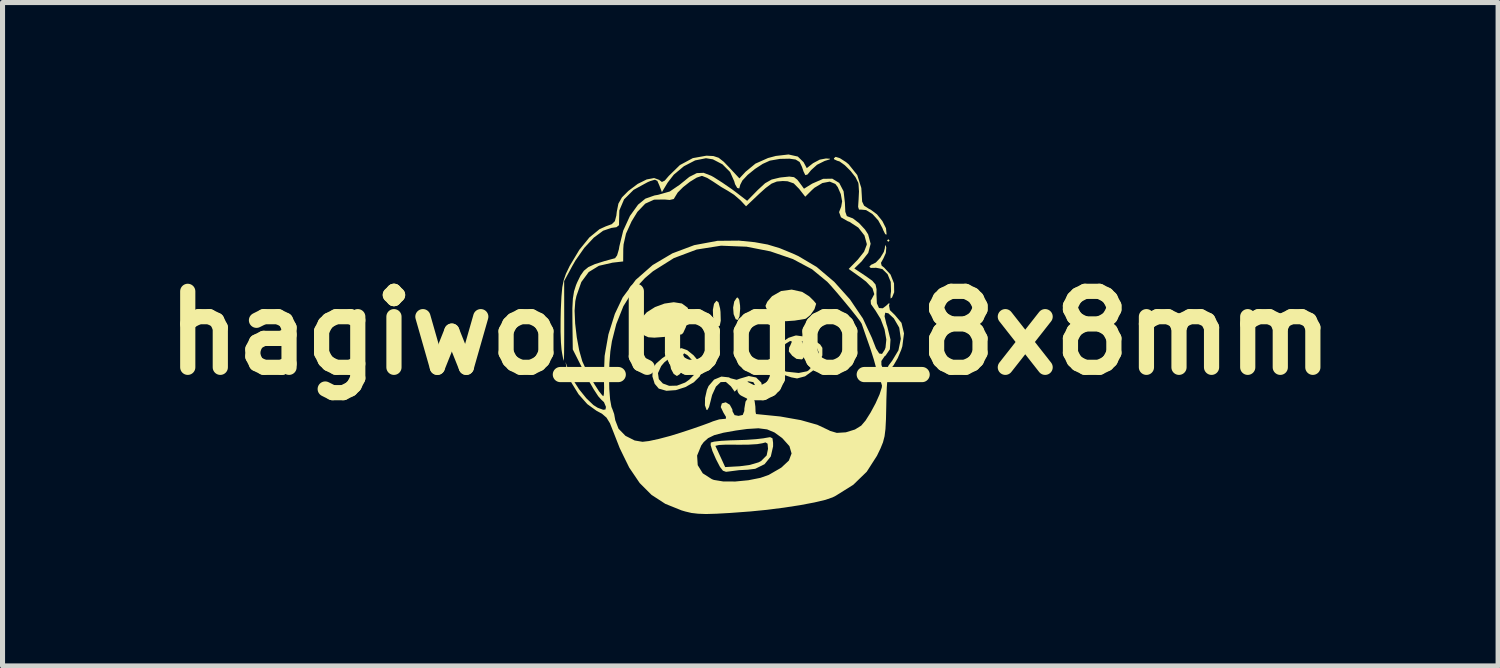
<source format=kicad_pcb>
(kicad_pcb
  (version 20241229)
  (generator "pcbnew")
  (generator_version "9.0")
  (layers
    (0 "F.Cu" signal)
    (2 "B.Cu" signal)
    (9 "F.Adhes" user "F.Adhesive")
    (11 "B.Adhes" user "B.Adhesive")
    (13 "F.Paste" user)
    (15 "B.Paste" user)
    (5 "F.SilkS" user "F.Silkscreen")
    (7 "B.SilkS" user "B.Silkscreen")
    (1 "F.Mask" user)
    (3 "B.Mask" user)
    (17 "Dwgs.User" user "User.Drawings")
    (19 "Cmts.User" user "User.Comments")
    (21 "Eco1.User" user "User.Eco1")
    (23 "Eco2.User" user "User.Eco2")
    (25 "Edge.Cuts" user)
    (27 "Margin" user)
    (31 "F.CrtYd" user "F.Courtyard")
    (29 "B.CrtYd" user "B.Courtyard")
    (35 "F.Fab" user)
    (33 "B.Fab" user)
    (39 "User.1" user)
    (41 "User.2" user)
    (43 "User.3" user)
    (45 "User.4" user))
  (footprint "hagiwo_logo_8x8mm"
    (layer "F.Cu")
    (at 11.764 3.524)
    (property "Reference" "hagiwo_logo_8x8mm" (at 0 0 0) (layer "F.SilkS") (effects (font (size 1.5 1.5) (thickness 0.3))))
    (attr board_only exclude_from_pos_files exclude_from_bom)
    (fp_poly (pts (xy 2.75 -1.825) (xy 2.725 -1.8) (xy 2.7 -1.825) (xy 2.725 -1.85)) (stroke (width 0) (type solid)) (fill yes) (layer "F.SilkS"))
    (fp_poly (pts (xy -0.627 -0.603) (xy -0.596 -0.482) (xy -0.588 -0.415) (xy -0.583 -0.241) (xy -0.603 -0.142) (xy -0.644 -0.127) (xy -0.698 -0.197) (xy -0.734 -0.317) (xy -0.739 -0.456) (xy -0.716 -0.576) (xy -0.668 -0.636)) (stroke (width 0) (type solid)) (fill yes) (layer "F.SilkS"))
    (fp_poly (pts (xy -0.219 -0.655) (xy -0.202 -0.542) (xy -0.2 -0.475) (xy -0.213 -0.329) (xy -0.246 -0.258) (xy -0.288 -0.27) (xy -0.329 -0.371) (xy -0.339 -0.501) (xy -0.317 -0.621) (xy -0.269 -0.693) (xy -0.247 -0.7)) (stroke (width 0) (type solid)) (fill yes) (layer "F.SilkS"))
    (fp_poly (pts (xy 1.024 -0.811) (xy 1.163 -0.723) (xy 1.252 -0.636) (xy 1.298 -0.58) (xy 1.3 -0.575) (xy 1.267 -0.469) (xy 1.189 -0.357) (xy 1.1 -0.284) (xy 1.079 -0.277) (xy 0.877 -0.244) (xy 0.703 -0.232) (xy 0.595 -0.241) (xy 0.492 -0.299) (xy 0.387 -0.393) (xy 0.314 -0.491) (xy 0.3 -0.536) (xy 0.334 -0.614) (xy 0.418 -0.713) (xy 0.432 -0.727) (xy 0.609 -0.828) (xy 0.818 -0.856)) (stroke (width 0) (type solid)) (fill yes) (layer "F.SilkS"))
    (fp_poly (pts (xy -1.351 -0.582) (xy -1.238 -0.499) (xy -1.233 -0.491) (xy -1.218 -0.399) (xy -1.235 -0.259) (xy -1.273 -0.113) (xy -1.324 -0.003) (xy -1.35 0.025) (xy -1.414 0.04) (xy -1.547 0.06) (xy -1.707 0.079) (xy -1.894 0.093) (xy -2.012 0.085) (xy -2.087 0.052) (xy -2.115 0.027) (xy -2.183 -0.073) (xy -2.2 -0.141) (xy -2.156 -0.284) (xy -2.042 -0.41) (xy -1.88 -0.512) (xy -1.695 -0.58) (xy -1.511 -0.607)) (stroke (width 0) (type solid)) (fill yes) (layer "F.SilkS"))
    (fp_poly (pts (xy 2.678 -1.709) (xy 2.685 -1.685) (xy 2.676 -1.579) (xy 2.63 -1.475) (xy 2.58 -1.384) (xy 2.593 -1.33) (xy 2.643 -1.29) (xy 2.769 -1.153) (xy 2.838 -0.979) (xy 2.841 -0.804) (xy 2.799 -0.7) (xy 2.77 -0.68) (xy 2.769 -0.747) (xy 2.779 -0.825) (xy 2.773 -1.007) (xy 2.711 -1.16) (xy 2.608 -1.261) (xy 2.479 -1.288) (xy 2.468 -1.286) (xy 2.378 -1.284) (xy 2.35 -1.307) (xy 2.388 -1.349) (xy 2.398 -1.35) (xy 2.478 -1.39) (xy 2.567 -1.485) (xy 2.636 -1.599) (xy 2.656 -1.672) (xy 2.663 -1.739)) (stroke (width 0) (type solid)) (fill yes) (layer "F.SilkS"))
    (fp_poly (pts (xy 0.116 0.88) (xy 0.217 0.98) (xy 0.25 1.126) (xy 0.227 1.187) (xy 0.176 1.179) (xy 0.126 1.116) (xy 0.109 1.059) (xy 0.06 0.971) (xy -0.036 0.955) (xy -0.155 1.012) (xy -0.205 1.055) (xy -0.309 1.159) (xy -0.382 1.055) (xy -0.482 0.967) (xy -0.584 0.97) (xy -0.678 1.059) (xy -0.754 1.225) (xy -0.783 1.342) (xy -0.815 1.463) (xy -0.849 1.522) (xy -0.863 1.521) (xy -0.896 1.428) (xy -0.893 1.284) (xy -0.857 1.125) (xy -0.824 1.048) (xy -0.715 0.921) (xy -0.57 0.861) (xy -0.422 0.877) (xy -0.391 0.894) (xy -0.27 0.925) (xy -0.202 0.901) (xy -0.03 0.85)) (stroke (width 0) (type solid)) (fill yes) (layer "F.SilkS"))
    (fp_poly (pts (xy 1.77 -3.45) (xy 1.885 -3.377) (xy 1.942 -3.33) (xy 2.112 -3.118) (xy 2.192 -2.862) (xy 2.2 -2.737) (xy 2.208 -2.595) (xy 2.247 -2.513) (xy 2.341 -2.452) (xy 2.378 -2.434) (xy 2.501 -2.342) (xy 2.608 -2.209) (xy 2.679 -2.068) (xy 2.691 -1.95) (xy 2.689 -1.942) (xy 2.664 -1.951) (xy 2.623 -2.033) (xy 2.609 -2.07) (xy 2.526 -2.223) (xy 2.41 -2.35) (xy 2.286 -2.426) (xy 2.196 -2.435) (xy 2.146 -2.436) (xy 2.129 -2.49) (xy 2.137 -2.619) (xy 2.138 -2.629) (xy 2.146 -2.794) (xy 2.137 -2.938) (xy 2.132 -2.965) (xy 2.078 -3.074) (xy 1.98 -3.199) (xy 1.865 -3.313) (xy 1.761 -3.387) (xy 1.716 -3.4) (xy 1.655 -3.429) (xy 1.65 -3.448) (xy 1.684 -3.477)) (stroke (width 0) (type solid)) (fill yes) (layer "F.SilkS"))
    (fp_poly (pts (xy -1.246 0.34) (xy -1.122 0.439) (xy -1.015 0.566) (xy -0.954 0.69) (xy -0.95 0.725) (xy -0.996 0.856) (xy -1.115 0.974) (xy -1.282 1.069) (xy -1.471 1.129) (xy -1.656 1.142) (xy -1.807 1.099) (xy -1.888 1.003) (xy -1.933 0.857) (xy -1.93 0.794) (xy -1.823 0.794) (xy -1.806 0.912) (xy -1.726 0.998) (xy -1.601 1.044) (xy -1.448 1.04) (xy -1.286 0.979) (xy -1.204 0.921) (xy -1.089 0.806) (xy -1.058 0.707) (xy -1.108 0.594) (xy -1.154 0.532) (xy -1.243 0.437) (xy -1.306 0.402) (xy -1.326 0.429) (xy -1.298 0.503) (xy -1.271 0.607) (xy -1.316 0.718) (xy -1.323 0.728) (xy -1.395 0.816) (xy -1.449 0.85) (xy -1.513 0.808) (xy -1.565 0.711) (xy -1.586 0.606) (xy -1.579 0.567) (xy -1.575 0.511) (xy -1.621 0.519) (xy -1.696 0.579) (xy -1.759 0.653) (xy -1.823 0.794) (xy -1.93 0.794) (xy -1.927 0.708) (xy -1.924 0.696) (xy -1.86 0.605) (xy -1.737 0.497) (xy -1.588 0.396) (xy -1.447 0.322) (xy -1.357 0.3)) (stroke (width 0) (type solid)) (fill yes) (layer "F.SilkS"))
    (fp_poly (pts (xy 0.438 2.08) (xy 0.45 2.168) (xy 0.45 2.24) (xy 0.405 2.438) (xy 0.282 2.591) (xy 0.098 2.682) (xy -0.048 2.7) (xy -0.222 2.709) (xy -0.385 2.73) (xy -0.391 2.731) (xy -0.479 2.742) (xy -0.54 2.72) (xy -0.598 2.645) (xy -0.673 2.501) (xy -0.682 2.482) (xy -0.748 2.331) (xy -0.777 2.234) (xy -0.688 2.234) (xy -0.655 2.302) (xy -0.6 2.422) (xy -0.581 2.462) (xy -0.496 2.648) (xy -0.208 2.632) (xy -0.007 2.605) (xy 0.162 2.555) (xy 0.215 2.527) (xy 0.323 2.418) (xy 0.35 2.288) (xy 0.341 2.186) (xy 0.3 2.161) (xy 0.237 2.178) (xy 0.136 2.195) (xy -0.033 2.205) (xy -0.238 2.207) (xy -0.293 2.206) (xy -0.479 2.205) (xy -0.617 2.212) (xy -0.685 2.227) (xy -0.688 2.234) (xy -0.777 2.234) (xy -0.783 2.215) (xy -0.78 2.164) (xy -0.715 2.146) (xy -0.576 2.13) (xy -0.388 2.12) (xy -0.308 2.118) (xy -0.087 2.111) (xy 0.114 2.097) (xy 0.261 2.08) (xy 0.287 2.075) (xy 0.391 2.057)) (stroke (width 0) (type solid)) (fill yes) (layer "F.SilkS"))
    (fp_poly (pts (xy 1.089 0.075) (xy 1.256 0.14) (xy 1.38 0.228) (xy 1.423 0.294) (xy 1.423 0.443) (xy 1.351 0.603) (xy 1.23 0.749) (xy 1.081 0.856) (xy 0.925 0.898) (xy 0.917 0.897) (xy 0.812 0.877) (xy 0.67 0.83) (xy 0.637 0.817) (xy 0.516 0.753) (xy 0.456 0.669) (xy 0.441 0.535) (xy 0.443 0.489) (xy 0.534 0.489) (xy 0.548 0.626) (xy 0.624 0.728) (xy 0.71 0.764) (xy 0.955 0.79) (xy 1.121 0.757) (xy 1.154 0.736) (xy 1.256 0.622) (xy 1.33 0.477) (xy 1.35 0.382) (xy 1.307 0.27) (xy 1.202 0.182) (xy 1.086 0.15) (xy 1.016 0.161) (xy 1.034 0.203) (xy 1.04 0.21) (xy 1.093 0.314) (xy 1.089 0.43) (xy 1.033 0.513) (xy 1.016 0.522) (xy 0.913 0.512) (xy 0.829 0.451) (xy 0.761 0.365) (xy 0.767 0.289) (xy 0.789 0.249) (xy 0.822 0.17) (xy 0.787 0.158) (xy 0.696 0.214) (xy 0.583 0.343) (xy 0.534 0.489) (xy 0.443 0.489) (xy 0.447 0.425) (xy 0.498 0.31) (xy 0.611 0.192) (xy 0.754 0.096) (xy 0.893 0.051) (xy 0.912 0.05)) (stroke (width 0) (type solid)) (fill yes) (layer "F.SilkS"))
    (fp_poly (pts (xy 0.938 -3.483) (xy 1.052 -3.372) (xy 1.052 -3.372) (xy 1.115 -3.254) (xy 1.239 -3.352) (xy 1.371 -3.422) (xy 1.494 -3.445) (xy 1.574 -3.44) (xy 1.568 -3.427) (xy 1.471 -3.397) (xy 1.466 -3.395) (xy 1.318 -3.321) (xy 1.202 -3.217) (xy 1.13 -3.129) (xy 1.087 -3.116) (xy 1.052 -3.186) (xy 1.022 -3.275) (xy 0.974 -3.376) (xy 0.895 -3.424) (xy 0.774 -3.441) (xy 0.585 -3.437) (xy 0.396 -3.404) (xy 0.384 -3.401) (xy 0.245 -3.338) (xy 0.092 -3.238) (xy -0.051 -3.122) (xy -0.156 -3.01) (xy -0.2 -2.923) (xy -0.2 -2.919) (xy -0.218 -2.853) (xy -0.258 -2.863) (xy -0.301 -2.938) (xy -0.317 -2.995) (xy -0.399 -3.178) (xy -0.55 -3.33) (xy -0.739 -3.428) (xy -0.875 -3.45) (xy -1.089 -3.407) (xy -1.311 -3.292) (xy -1.51 -3.126) (xy -1.632 -2.968) (xy -1.745 -2.781) (xy -1.797 -2.916) (xy -1.835 -3.002) (xy -1.883 -3.026) (xy -1.975 -2.999) (xy -2.027 -2.977) (xy -2.305 -2.825) (xy -2.492 -2.638) (xy -2.585 -2.42) (xy -2.591 -2.219) (xy -2.592 -2.128) (xy -2.643 -2.088) (xy -2.743 -2.074) (xy -2.907 -2.018) (xy -3.09 -1.882) (xy -3.277 -1.681) (xy -3.452 -1.431) (xy -3.51 -1.33) (xy -3.675 -1.025) (xy -3.674 -0.237) (xy -3.674 0.03) (xy -3.675 0.259) (xy -3.677 0.432) (xy -3.681 0.532) (xy -3.683 0.55) (xy -3.696 0.506) (xy -3.717 0.394) (xy -3.727 0.327) (xy -3.739 0.183) (xy -3.746 -0.028) (xy -3.745 -0.276) (xy -3.741 -0.461) (xy -3.729 -0.717) (xy -3.712 -0.902) (xy -3.684 -1.043) (xy -3.64 -1.169) (xy -3.573 -1.309) (xy -3.565 -1.325) (xy -3.376 -1.641) (xy -3.177 -1.886) (xy -2.977 -2.049) (xy -2.853 -2.105) (xy -2.735 -2.148) (xy -2.674 -2.207) (xy -2.645 -2.317) (xy -2.636 -2.394) (xy -2.604 -2.554) (xy -2.534 -2.677) (xy -2.409 -2.803) (xy -2.223 -2.943) (xy -2.046 -3.031) (xy -1.898 -3.059) (xy -1.798 -3.022) (xy -1.793 -3.017) (xy -1.745 -2.981) (xy -1.689 -3.008) (xy -1.61 -3.1) (xy -1.39 -3.315) (xy -1.135 -3.452) (xy -0.867 -3.5) (xy -0.728 -3.493) (xy -0.625 -3.459) (xy -0.524 -3.38) (xy -0.424 -3.276) (xy -0.215 -3.052) (xy -0.095 -3.181) (xy 0.101 -3.343) (xy 0.35 -3.454) (xy 0.504 -3.495) (xy 0.755 -3.524)) (stroke (width 0) (type solid)) (fill yes) (layer "F.SilkS"))
    (fp_poly (pts (xy -0.772 -3.104) (xy -0.723 -3.077) (xy -0.552 -2.968) (xy -0.363 -2.838) (xy -0.285 -2.78) (xy -0.062 -2.609) (xy 0.149 -2.824) (xy 0.292 -2.956) (xy 0.421 -3.029) (xy 0.579 -3.067) (xy 0.616 -3.072) (xy 0.771 -3.088) (xy 0.863 -3.076) (xy 0.927 -3.027) (xy 0.966 -2.977) (xy 1.06 -2.848) (xy 1.223 -2.949) (xy 1.438 -3.043) (xy 1.619 -3.046) (xy 1.756 -2.962) (xy 1.842 -2.797) (xy 1.868 -2.572) (xy 1.876 -2.392) (xy 1.906 -2.308) (xy 1.925 -2.3) (xy 2.026 -2.262) (xy 2.149 -2.167) (xy 2.265 -2.042) (xy 2.327 -1.946) (xy 2.376 -1.761) (xy 2.329 -1.581) (xy 2.197 -1.412) (xy 2.054 -1.273) (xy 2.278 -1.124) (xy 2.409 -1.031) (xy 2.473 -0.956) (xy 2.493 -0.863) (xy 2.491 -0.763) (xy 2.499 -0.585) (xy 2.541 -0.492) (xy 2.615 -0.487) (xy 2.678 -0.534) (xy 2.74 -0.59) (xy 2.749 -0.573) (xy 2.739 -0.544) (xy 2.756 -0.451) (xy 2.852 -0.357) (xy 2.985 -0.2) (xy 3.035 0.009) (xy 3.002 0.263) (xy 2.98 0.333) (xy 2.911 0.497) (xy 2.83 0.637) (xy 2.798 0.677) (xy 2.755 0.733) (xy 2.726 0.805) (xy 2.707 0.913) (xy 2.695 1.077) (xy 2.687 1.313) (xy 2.685 1.433) (xy 2.679 1.701) (xy 2.669 1.895) (xy 2.651 2.039) (xy 2.62 2.159) (xy 2.571 2.28) (xy 2.5 2.427) (xy 2.499 2.428) (xy 2.299 2.74) (xy 2.033 2.998) (xy 1.688 3.214) (xy 1.625 3.246) (xy 1.484 3.295) (xy 1.263 3.347) (xy 0.983 3.4) (xy 0.665 3.449) (xy 0.328 3.492) (xy -0.007 3.525) (xy -0.05 3.528) (xy -0.4 3.554) (xy -0.669 3.569) (xy -0.874 3.575) (xy -1.032 3.569) (xy -1.161 3.554) (xy -1.28 3.526) (xy -1.358 3.503) (xy -1.678 3.374) (xy -1.95 3.197) (xy -2.184 2.963) (xy -2.39 2.659) (xy -2.507 2.421) (xy -1.05 2.421) (xy -1.038 2.61) (xy -0.939 2.771) (xy -0.76 2.886) (xy -0.718 2.902) (xy -0.535 2.932) (xy -0.296 2.933) (xy -0.038 2.908) (xy 0.199 2.861) (xy 0.364 2.803) (xy 0.612 2.659) (xy 0.762 2.519) (xy 0.815 2.379) (xy 0.773 2.235) (xy 0.637 2.083) (xy 0.621 2.069) (xy 0.478 1.965) (xy 0.332 1.904) (xy 0.16 1.882) (xy -0.065 1.896) (xy -0.282 1.926) (xy -0.536 1.971) (xy -0.712 2.018) (xy -0.833 2.077) (xy -0.92 2.155) (xy -0.968 2.221) (xy -1.05 2.421) (xy -2.507 2.421) (xy -2.578 2.274) (xy -2.701 1.96) (xy -2.771 1.783) (xy -2.839 1.672) (xy -2.928 1.595) (xy -3.039 1.535) (xy -3.218 1.405) (xy -3.39 1.211) (xy -3.53 0.984) (xy -3.615 0.758) (xy -3.622 0.725) (xy -3.648 0.575) (xy -3.595 0.726) (xy -3.508 0.913) (xy -3.382 1.11) (xy -3.238 1.289) (xy -3.097 1.424) (xy -3.013 1.477) (xy -2.904 1.517) (xy -2.859 1.511) (xy -2.85 1.46) (xy -2.889 1.366) (xy -2.942 1.317) (xy -3.002 1.25) (xy -3.091 1.114) (xy -3.196 0.932) (xy -3.269 0.792) (xy -3.505 0.325) (xy -3.512 -0.225) (xy -3.513 -0.438) (xy -3.469 -0.438) (xy -3.458 -0.187) (xy -3.426 0.086) (xy -3.378 0.345) (xy -3.319 0.553) (xy -3.314 0.567) (xy -3.252 0.701) (xy -3.167 0.859) (xy -3.074 1.017) (xy -2.988 1.15) (xy -2.922 1.233) (xy -2.9 1.249) (xy -2.89 1.204) (xy -2.886 1.082) (xy -2.89 0.908) (xy -2.892 0.86) (xy -2.789 0.86) (xy -2.784 1.105) (xy -2.768 1.314) (xy -2.741 1.461) (xy -2.723 1.503) (xy -2.688 1.6) (xy -2.666 1.723) (xy -2.602 1.89) (xy -2.465 2.031) (xy -2.283 2.123) (xy -2.128 2.149) (xy -2 2.134) (xy -1.806 2.092) (xy -1.575 2.031) (xy -1.378 1.97) (xy -1.15 1.895) (xy -0.952 1.826) (xy -0.806 1.773) (xy -0.738 1.745) (xy -0.613 1.706) (xy -0.55 1.7) (xy -0.483 1.694) (xy -0.48 1.657) (xy -0.531 1.572) (xy -0.583 1.463) (xy -0.562 1.392) (xy -0.56 1.39) (xy -0.484 1.369) (xy -0.405 1.417) (xy -0.355 1.509) (xy -0.35 1.55) (xy -0.31 1.622) (xy -0.233 1.637) (xy -0.149 1.619) (xy -0.119 1.543) (xy -0.117 1.492) (xy -0.094 1.355) (xy -0.037 1.273) (xy 0.039 1.268) (xy 0.046 1.272) (xy 0.085 1.342) (xy 0.1 1.453) (xy 0.104 1.557) (xy 0.113 1.601) (xy 0.591 1.649) (xy 0.997 1.721) (xy 1.323 1.813) (xy 1.559 1.924) (xy 1.572 1.933) (xy 1.708 1.973) (xy 1.886 1.962) (xy 2.067 1.906) (xy 2.19 1.83) (xy 2.276 1.729) (xy 2.375 1.572) (xy 2.473 1.39) (xy 2.552 1.214) (xy 2.596 1.077) (xy 2.6 1.04) (xy 2.574 0.95) (xy 2.55 0.925) (xy 2.51 0.855) (xy 2.5 0.784) (xy 2.484 0.689) (xy 2.447 0.554) (xy 2.588 0.554) (xy 2.589 0.632) (xy 2.623 0.715) (xy 2.668 0.754) (xy 2.698 0.729) (xy 2.7 0.708) (xy 2.73 0.643) (xy 2.8 0.55) (xy 2.925 0.343) (xy 2.972 0.116) (xy 2.941 -0.104) (xy 2.835 -0.287) (xy 2.726 -0.388) (xy 2.664 -0.4) (xy 2.651 -0.329) (xy 2.688 -0.174) (xy 2.705 -0.124) (xy 2.768 0.13) (xy 2.756 0.322) (xy 2.67 0.448) (xy 2.652 0.46) (xy 2.588 0.554) (xy 2.447 0.554) (xy 2.44 0.528) (xy 2.378 0.331) (xy 2.35 0.25) (xy 2.284 0.062) (xy 2.233 -0.085) (xy 2.204 -0.169) (xy 2.2 -0.181) (xy 2.17 -0.229) (xy 2.09 -0.334) (xy 1.977 -0.476) (xy 1.846 -0.635) (xy 1.713 -0.793) (xy 1.594 -0.93) (xy 1.52 -1.01) (xy 1.22 -1.257) (xy 0.841 -1.459) (xy 0.396 -1.611) (xy -0.074 -1.703) (xy -0.578 -1.723) (xy -1.059 -1.647) (xy -1.509 -1.478) (xy -1.922 -1.218) (xy -2.079 -1.085) (xy -2.321 -0.824) (xy -2.506 -0.528) (xy -2.646 -0.176) (xy -2.732 0.162) (xy -2.763 0.363) (xy -2.782 0.604) (xy -2.789 0.86) (xy -2.892 0.86) (xy -2.892 0.857) (xy -2.876 0.453) (xy -2.801 0.028) (xy -2.674 -0.377) (xy -2.52 -0.701) (xy -2.261 -1.049) (xy -1.928 -1.341) (xy -1.538 -1.572) (xy -1.106 -1.734) (xy -0.648 -1.819) (xy -0.225 -1.823) (xy 0.088 -1.792) (xy 0.343 -1.746) (xy 0.581 -1.674) (xy 0.844 -1.566) (xy 0.95 -1.517) (xy 1.311 -1.303) (xy 1.657 -1.01) (xy 1.968 -0.663) (xy 2.224 -0.284) (xy 2.404 0.104) (xy 2.407 0.113) (xy 2.483 0.307) (xy 2.546 0.406) (xy 2.601 0.414) (xy 2.653 0.334) (xy 2.67 0.288) (xy 2.686 0.129) (xy 2.65 -0.072) (xy 2.573 -0.278) (xy 2.465 -0.453) (xy 2.46 -0.459) (xy 2.382 -0.57) (xy 2.377 -0.641) (xy 2.393 -0.663) (xy 2.448 -0.766) (xy 2.413 -0.88) (xy 2.286 -1.014) (xy 2.197 -1.082) (xy 1.943 -1.264) (xy 2.122 -1.447) (xy 2.246 -1.603) (xy 2.299 -1.74) (xy 2.3 -1.758) (xy 2.254 -1.925) (xy 2.133 -2.08) (xy 1.958 -2.194) (xy 1.923 -2.207) (xy 1.79 -2.284) (xy 1.753 -2.386) (xy 1.795 -2.494) (xy 1.813 -2.598) (xy 1.787 -2.741) (xy 1.727 -2.879) (xy 1.68 -2.942) (xy 1.569 -2.988) (xy 1.423 -2.96) (xy 1.266 -2.866) (xy 1.213 -2.818) (xy 1.085 -2.69) (xy 0.964 -2.845) (xy 0.858 -2.953) (xy 0.737 -2.995) (xy 0.643 -3) (xy 0.525 -2.99) (xy 0.421 -2.949) (xy 0.302 -2.861) (xy 0.18 -2.751) (xy -0.084 -2.501) (xy -0.193 -2.618) (xy -0.32 -2.728) (xy -0.439 -2.804) (xy -0.575 -2.883) (xy -0.721 -2.98) (xy -0.73 -2.986) (xy -0.85 -3.061) (xy -0.947 -3.099) (xy -0.96 -3.1) (xy -1.058 -3.067) (xy -1.192 -2.985) (xy -1.327 -2.879) (xy -1.433 -2.773) (xy -1.473 -2.708) (xy -1.511 -2.645) (xy -1.591 -2.626) (xy -1.694 -2.635) (xy -1.9 -2.632) (xy -2.074 -2.553) (xy -2.229 -2.391) (xy -2.344 -2.203) (xy -2.454 -1.961) (xy -2.502 -1.749) (xy -2.508 -1.656) (xy -2.51 -1.412) (xy -2.72 -1.388) (xy -2.989 -1.326) (xy -3.191 -1.202) (xy -3.336 -1.006) (xy -3.433 -0.729) (xy -3.455 -0.629) (xy -3.469 -0.438) (xy -3.513 -0.438) (xy -3.513 -0.488) (xy -3.503 -0.678) (xy -3.48 -0.821) (xy -3.441 -0.944) (xy -3.417 -1.001) (xy -3.352 -1.134) (xy -3.285 -1.229) (xy -3.198 -1.3) (xy -3.069 -1.359) (xy -2.879 -1.419) (xy -2.67 -1.476) (xy -2.63 -1.531) (xy -2.595 -1.65) (xy -2.585 -1.711) (xy -2.509 -2.02) (xy -2.376 -2.311) (xy -2.216 -2.533) (xy -2.071 -2.652) (xy -1.891 -2.715) (xy -1.822 -2.727) (xy -1.59 -2.793) (xy -1.389 -2.93) (xy -1.385 -2.934) (xy -1.203 -3.082) (xy -1.057 -3.156) (xy -0.922 -3.162)) (stroke (width 0) (type solid)) (fill yes) (layer "F.SilkS")))
  (gr_rect
    (start -3 -3)
    (end 26.529 10.098)
    (stroke (width 0.1) (type default))
    (fill no)
    (layer "Edge.Cuts")))
</source>
